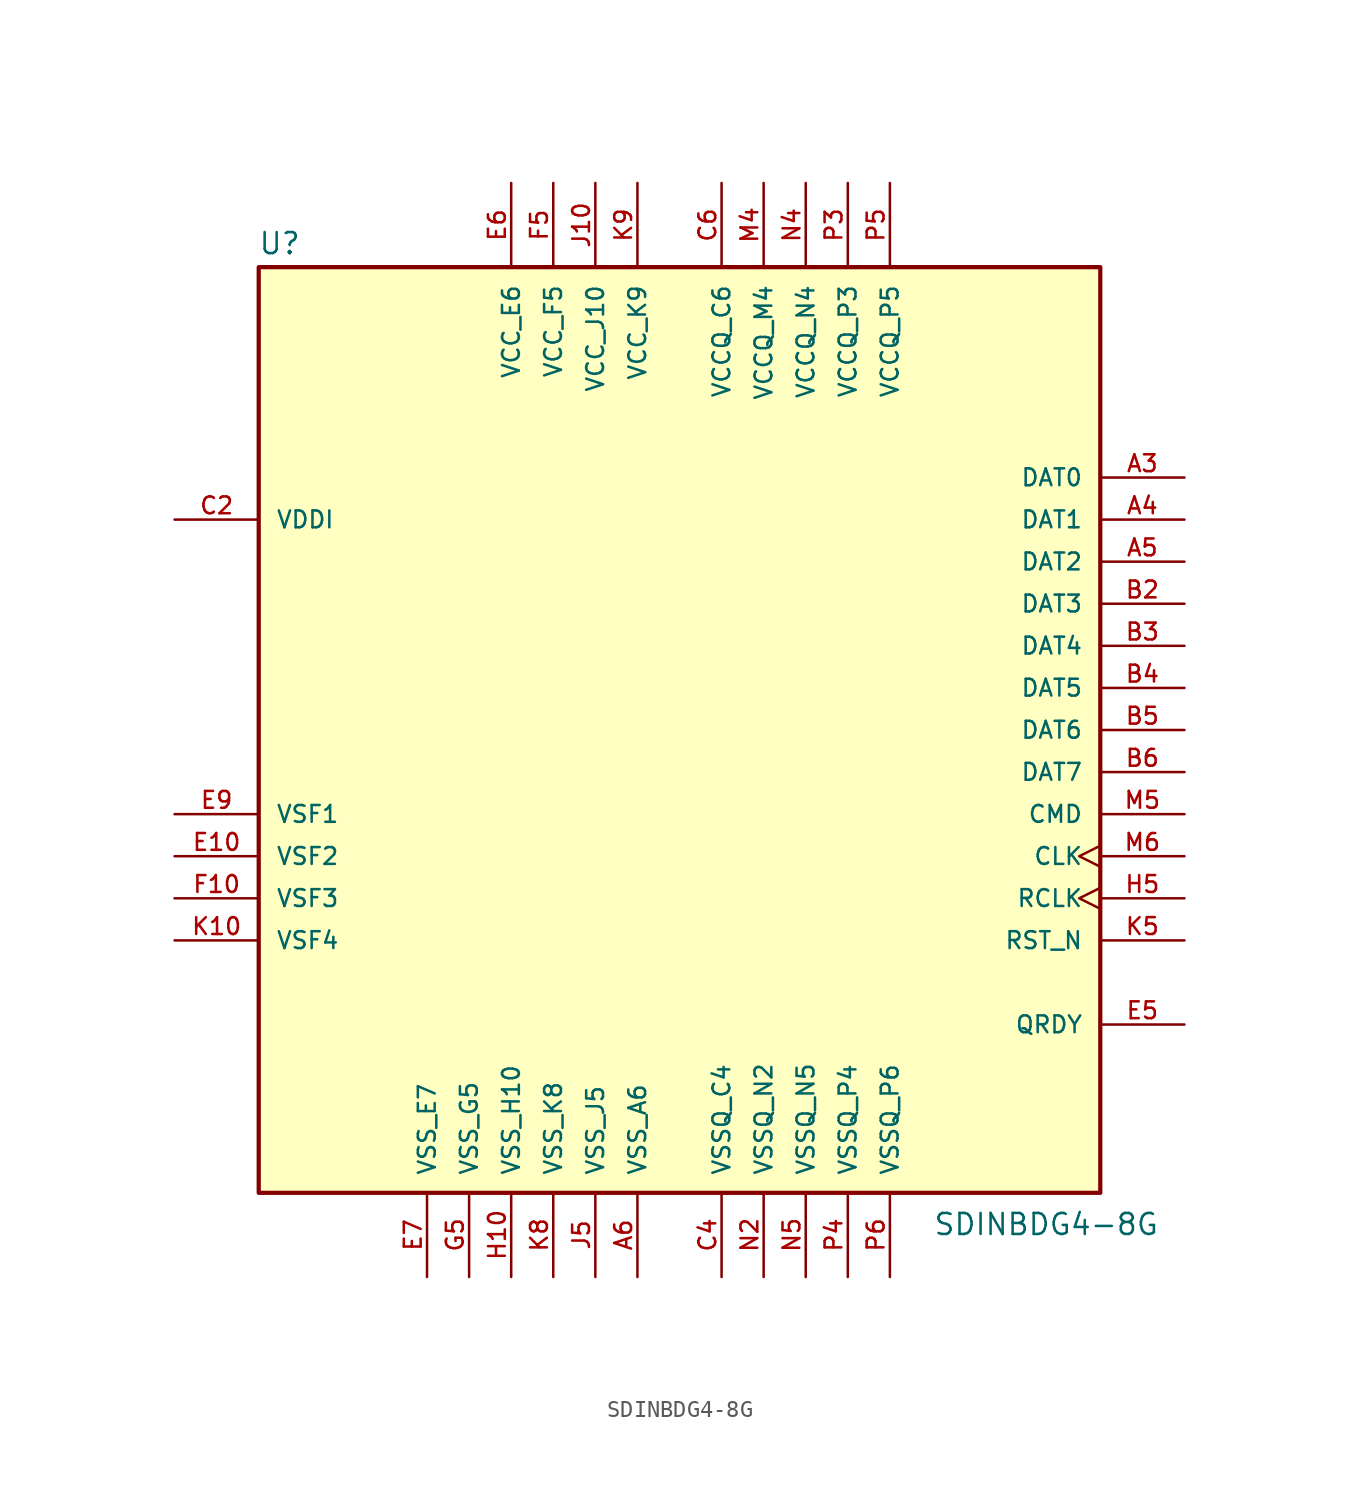
<source format=kicad_sym>
(kicad_symbol_lib
  (version 20211014)
  (generator kicad_symbol_editor)
  (symbol "SDINBDG4-8G"
    (pin_names
      (offset 1.016))
    (property "Reference" "U"
      (at -25.445 28.625 0)
      (effects (font (size 1.27 1.27)) (justify bottom left)))
    (property "Value" "SDINBDG4-8G"
      (at 15.292 -30.584 0)
      (effects (font (size 1.27 1.27)) (justify bottom left)))
    (symbol "SDINBDG4-8G_0_0"
      (rectangle (start -25.4 -27.94) (end 25.4 27.94) (stroke (width 0.254)) (fill (type background)))
      (pin bidirectional line (at 30.48 15.24 180.0) (length 5.08) (name "DAT0" (effects (font (size 1.016 1.016)))) (number "A3" (effects (font (size 1.016 1.016)))))
      (pin bidirectional line (at 30.48 12.7 180.0) (length 5.08) (name "DAT1" (effects (font (size 1.016 1.016)))) (number "A4" (effects (font (size 1.016 1.016)))))
      (pin bidirectional line (at 30.48 10.16 180.0) (length 5.08) (name "DAT2" (effects (font (size 1.016 1.016)))) (number "A5" (effects (font (size 1.016 1.016)))))
      (pin bidirectional line (at 30.48 7.62 180.0) (length 5.08) (name "DAT3" (effects (font (size 1.016 1.016)))) (number "B2" (effects (font (size 1.016 1.016)))))
      (pin bidirectional line (at 30.48 5.08 180.0) (length 5.08) (name "DAT4" (effects (font (size 1.016 1.016)))) (number "B3" (effects (font (size 1.016 1.016)))))
      (pin bidirectional line (at 30.48 2.54 180.0) (length 5.08) (name "DAT5" (effects (font (size 1.016 1.016)))) (number "B4" (effects (font (size 1.016 1.016)))))
      (pin bidirectional line (at 30.48 0.0 180.0) (length 5.08) (name "DAT6" (effects (font (size 1.016 1.016)))) (number "B5" (effects (font (size 1.016 1.016)))))
      (pin bidirectional line (at 30.48 -2.54 180.0) (length 5.08) (name "DAT7" (effects (font (size 1.016 1.016)))) (number "B6" (effects (font (size 1.016 1.016)))))
      (pin bidirectional line (at 30.48 -5.08 180.0) (length 5.08) (name "CMD" (effects (font (size 1.016 1.016)))) (number "M5" (effects (font (size 1.016 1.016)))))
      (pin input clock (at 30.48 -7.62 180.0) (length 5.08) (name "CLK" (effects (font (size 1.016 1.016)))) (number "M6" (effects (font (size 1.016 1.016)))))
      (pin input line (at 30.48 -12.7 180.0) (length 5.08) (name "RST_N" (effects (font (size 1.016 1.016)))) (number "K5" (effects (font (size 1.016 1.016)))))
      (pin output clock (at 30.48 -10.16 180.0) (length 5.08) (name "RCLK" (effects (font (size 1.016 1.016)))) (number "H5" (effects (font (size 1.016 1.016)))))
      (pin power_in line (at -10.16 33.02 270.0) (length 5.08) (name "VCC_E6" (effects (font (size 1.016 1.016)))) (number "E6" (effects (font (size 1.016 1.016)))))
      (pin power_in line (at -7.62 33.02 270.0) (length 5.08) (name "VCC_F5" (effects (font (size 1.016 1.016)))) (number "F5" (effects (font (size 1.016 1.016)))))
      (pin power_in line (at -5.08 33.02 270.0) (length 5.08) (name "VCC_J10" (effects (font (size 1.016 1.016)))) (number "J10" (effects (font (size 1.016 1.016)))))
      (pin power_in line (at -2.54 33.02 270.0) (length 5.08) (name "VCC_K9" (effects (font (size 1.016 1.016)))) (number "K9" (effects (font (size 1.016 1.016)))))
      (pin power_in line (at 2.54 33.02 270.0) (length 5.08) (name "VCCQ_C6" (effects (font (size 1.016 1.016)))) (number "C6" (effects (font (size 1.016 1.016)))))
      (pin power_in line (at 5.08 33.02 270.0) (length 5.08) (name "VCCQ_M4" (effects (font (size 1.016 1.016)))) (number "M4" (effects (font (size 1.016 1.016)))))
      (pin power_in line (at 7.62 33.02 270.0) (length 5.08) (name "VCCQ_N4" (effects (font (size 1.016 1.016)))) (number "N4" (effects (font (size 1.016 1.016)))))
      (pin power_in line (at 10.16 33.02 270.0) (length 5.08) (name "VCCQ_P3" (effects (font (size 1.016 1.016)))) (number "P3" (effects (font (size 1.016 1.016)))))
      (pin power_in line (at 12.7 33.02 270.0) (length 5.08) (name "VCCQ_P5" (effects (font (size 1.016 1.016)))) (number "P5" (effects (font (size 1.016 1.016)))))
      (pin power_in line (at -15.24 -33.02 90.0) (length 5.08) (name "VSS_E7" (effects (font (size 1.016 1.016)))) (number "E7" (effects (font (size 1.016 1.016)))))
      (pin power_in line (at -12.7 -33.02 90.0) (length 5.08) (name "VSS_G5" (effects (font (size 1.016 1.016)))) (number "G5" (effects (font (size 1.016 1.016)))))
      (pin power_in line (at -10.16 -33.02 90.0) (length 5.08) (name "VSS_H10" (effects (font (size 1.016 1.016)))) (number "H10" (effects (font (size 1.016 1.016)))))
      (pin power_in line (at -7.62 -33.02 90.0) (length 5.08) (name "VSS_K8" (effects (font (size 1.016 1.016)))) (number "K8" (effects (font (size 1.016 1.016)))))
      (pin power_in line (at -2.54 -33.02 90.0) (length 5.08) (name "VSS_A6" (effects (font (size 1.016 1.016)))) (number "A6" (effects (font (size 1.016 1.016)))))
      (pin power_in line (at -5.08 -33.02 90.0) (length 5.08) (name "VSS_J5" (effects (font (size 1.016 1.016)))) (number "J5" (effects (font (size 1.016 1.016)))))
      (pin power_in line (at 2.54 -33.02 90.0) (length 5.08) (name "VSSQ_C4" (effects (font (size 1.016 1.016)))) (number "C4" (effects (font (size 1.016 1.016)))))
      (pin power_in line (at 5.08 -33.02 90.0) (length 5.08) (name "VSSQ_N2" (effects (font (size 1.016 1.016)))) (number "N2" (effects (font (size 1.016 1.016)))))
      (pin power_in line (at 7.62 -33.02 90.0) (length 5.08) (name "VSSQ_N5" (effects (font (size 1.016 1.016)))) (number "N5" (effects (font (size 1.016 1.016)))))
      (pin power_in line (at 10.16 -33.02 90.0) (length 5.08) (name "VSSQ_P4" (effects (font (size 1.016 1.016)))) (number "P4" (effects (font (size 1.016 1.016)))))
      (pin power_in line (at 12.7 -33.02 90.0) (length 5.08) (name "VSSQ_P6" (effects (font (size 1.016 1.016)))) (number "P6" (effects (font (size 1.016 1.016)))))
      (pin passive line (at -30.48 12.7 0) (length 5.08) (name "VDDI" (effects (font (size 1.016 1.016)))) (number "C2" (effects (font (size 1.016 1.016)))))
      (pin bidirectional line (at -30.48 -5.08 0) (length 5.08) (name "VSF1" (effects (font (size 1.016 1.016)))) (number "E9" (effects (font (size 1.016 1.016)))))
      (pin bidirectional line (at -30.48 -7.62 0) (length 5.08) (name "VSF2" (effects (font (size 1.016 1.016)))) (number "E10" (effects (font (size 1.016 1.016)))))
      (pin bidirectional line (at -30.48 -10.16 0) (length 5.08) (name "VSF3" (effects (font (size 1.016 1.016)))) (number "F10" (effects (font (size 1.016 1.016)))))
      (pin bidirectional line (at -30.48 -12.7 0) (length 5.08) (name "VSF4" (effects (font (size 1.016 1.016)))) (number "K10" (effects (font (size 1.016 1.016)))))
      (pin output line (at 30.48 -17.78 180.0) (length 5.08) (name "QRDY" (effects (font (size 1.016 1.016)))) (number "E5" (effects (font (size 1.016 1.016))))))))
</source>
